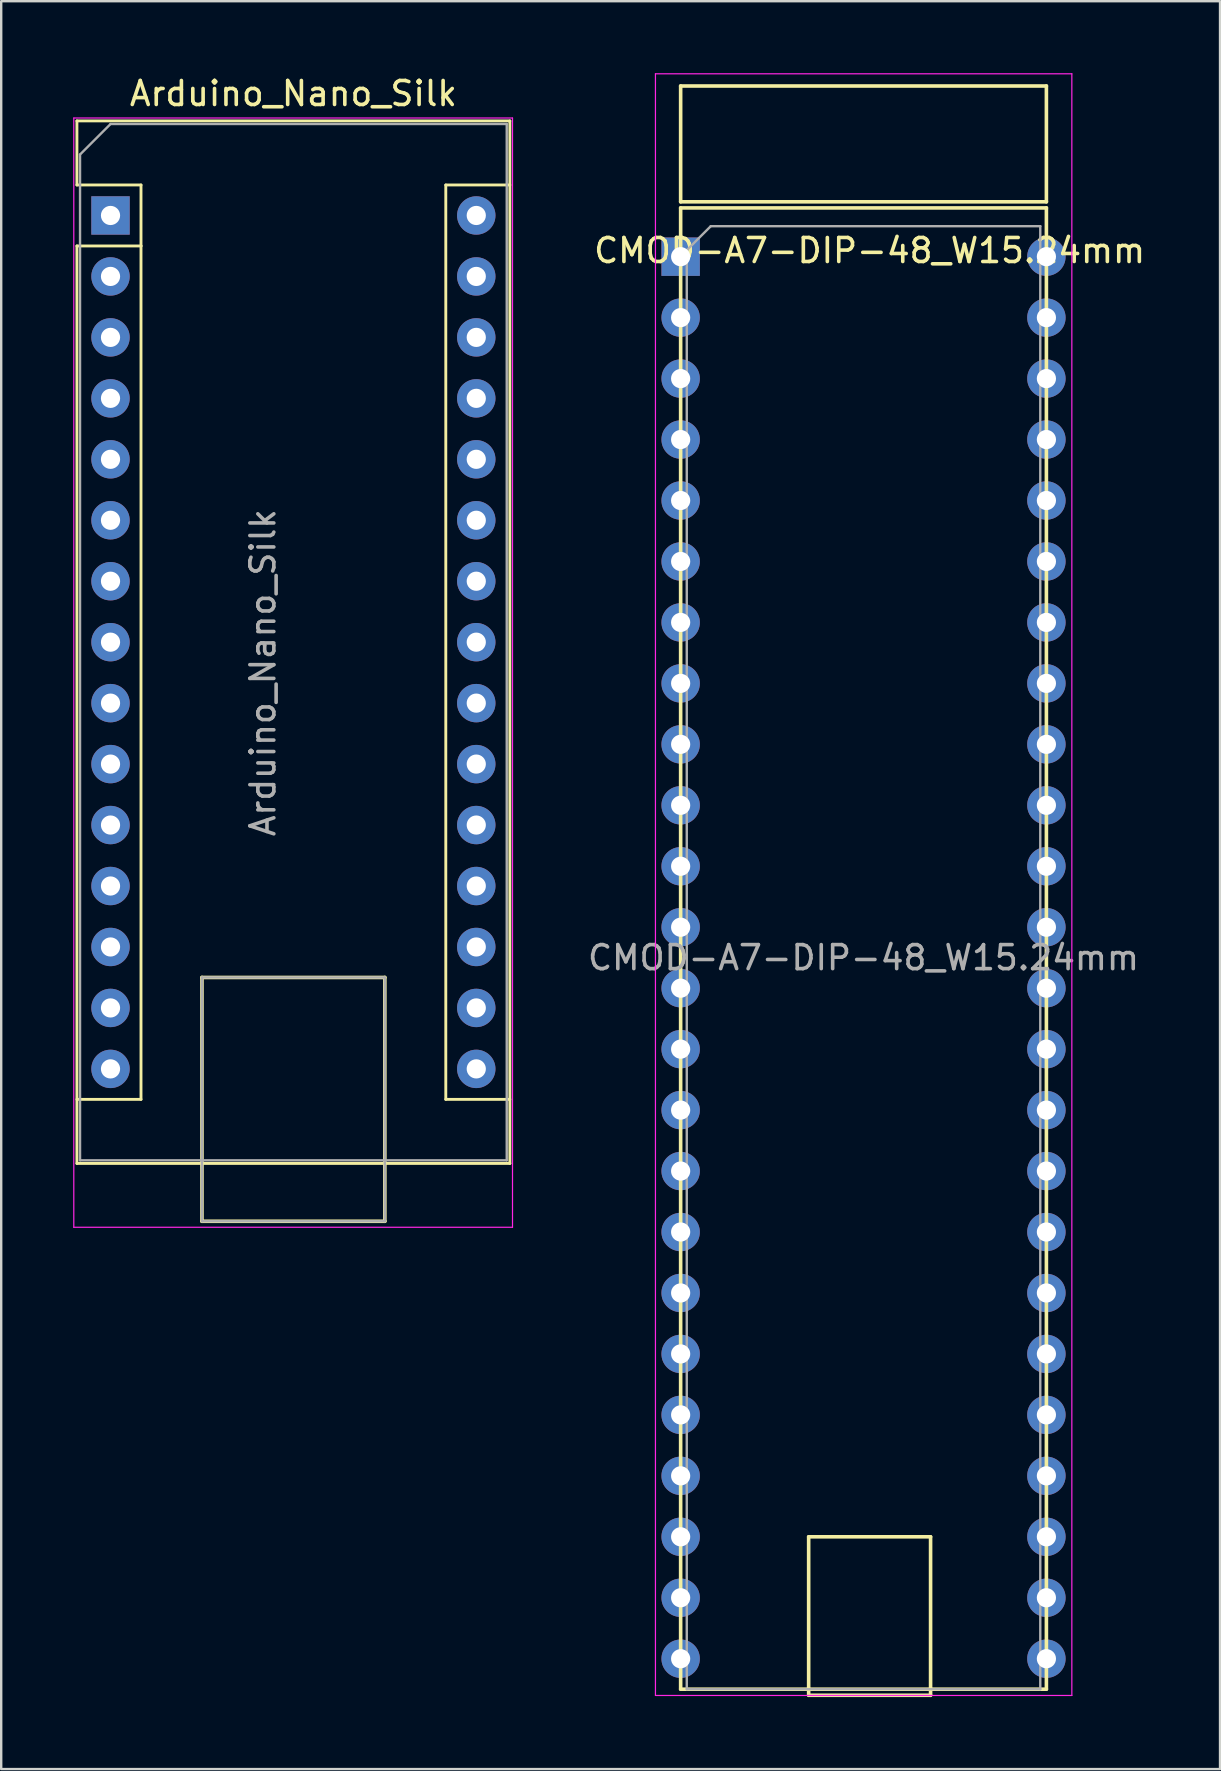
<source format=kicad_pcb>
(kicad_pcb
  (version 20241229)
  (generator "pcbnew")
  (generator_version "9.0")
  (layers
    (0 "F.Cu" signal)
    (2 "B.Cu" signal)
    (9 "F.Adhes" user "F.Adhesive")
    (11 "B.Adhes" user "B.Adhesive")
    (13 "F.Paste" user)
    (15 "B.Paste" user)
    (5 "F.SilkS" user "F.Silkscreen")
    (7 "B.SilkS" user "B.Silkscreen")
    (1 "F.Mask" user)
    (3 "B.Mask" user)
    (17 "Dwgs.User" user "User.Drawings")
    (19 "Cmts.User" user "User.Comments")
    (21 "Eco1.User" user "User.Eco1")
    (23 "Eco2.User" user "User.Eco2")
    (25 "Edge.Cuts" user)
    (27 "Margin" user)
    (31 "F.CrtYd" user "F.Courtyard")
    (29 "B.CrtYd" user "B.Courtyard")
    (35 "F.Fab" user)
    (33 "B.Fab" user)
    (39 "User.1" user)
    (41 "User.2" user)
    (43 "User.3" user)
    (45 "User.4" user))
  (footprint "CMOD-A7-DIP-48_W15.24mm"
    (layer "F.Cu")
    (at 31.915 10.185)
    (property "Reference" "CMOD-A7-DIP-48_W15.24mm" (at 1.27 -2.794 0) (layer "F.SilkS") (effects (font (size 1 1) (thickness 0.15))))
    (attr through_hole)
    (fp_line (start -6.604 -9.652) (end 8.636 -9.652) (stroke (width 0.15) (type solid)) (layer "F.SilkS"))
    (fp_line (start -6.604 -4.826) (end -6.604 -9.652) (stroke (width 0.15) (type solid)) (layer "F.SilkS"))
    (fp_line (start -6.604 -4.572) (end -6.604 57.15) (stroke (width 0.15) (type solid)) (layer "F.SilkS"))
    (fp_line (start -6.604 57.15) (end 8.636 57.15) (stroke (width 0.15) (type solid)) (layer "F.SilkS"))
    (fp_line (start -1.27 50.8) (end 3.81 50.8) (stroke (width 0.15) (type solid)) (layer "F.SilkS"))
    (fp_line (start -1.27 57.404) (end -1.27 50.8) (stroke (width 0.15) (type solid)) (layer "F.SilkS"))
    (fp_line (start 3.81 50.8) (end 3.81 57.404) (stroke (width 0.15) (type solid)) (layer "F.SilkS"))
    (fp_line (start 3.81 57.404) (end -1.27 57.404) (stroke (width 0.15) (type solid)) (layer "F.SilkS"))
    (fp_line (start 8.636 -9.652) (end 8.636 -4.826) (stroke (width 0.15) (type solid)) (layer "F.SilkS"))
    (fp_line (start 8.636 -4.826) (end -6.604 -4.826) (stroke (width 0.15) (type solid)) (layer "F.SilkS"))
    (fp_line (start 8.636 -4.572) (end -6.604 -4.572) (stroke (width 0.15) (type solid)) (layer "F.SilkS"))
    (fp_line (start 8.636 57.15) (end 8.636 -4.572) (stroke (width 0.15) (type solid)) (layer "F.SilkS"))
    (fp_line (start -7.654 -10.16) (end -7.654 57.41) (stroke (width 0.05) (type solid)) (layer "F.CrtYd"))
    (fp_line (start -7.654 57.41) (end 9.696 57.41) (stroke (width 0.05) (type solid)) (layer "F.CrtYd"))
    (fp_line (start 9.696 -10.16) (end -7.654 -10.16) (stroke (width 0.05) (type solid)) (layer "F.CrtYd"))
    (fp_line (start 9.696 57.41) (end 9.696 -10.16) (stroke (width 0.05) (type solid)) (layer "F.CrtYd"))
    (fp_line (start -6.349 -2.81) (end -5.349 -3.81) (stroke (width 0.1) (type solid)) (layer "F.Fab"))
    (fp_line (start -6.349 57.15) (end -6.349 -2.81) (stroke (width 0.1) (type solid)) (layer "F.Fab"))
    (fp_line (start -5.349 -3.81) (end 8.381 -3.81) (stroke (width 0.1) (type solid)) (layer "F.Fab"))
    (fp_line (start 8.381 -3.81) (end 8.381 57.15) (stroke (width 0.1) (type solid)) (layer "F.Fab"))
    (fp_line (start 8.381 57.15) (end -6.349 57.15) (stroke (width 0.1) (type solid)) (layer "F.Fab"))
    (fp_text user "${REFERENCE}" (at 1.016 26.67 0) (layer "F.Fab") (effects (font (size 1 1) (thickness 0.15))))
    (pad "1" thru_hole rect (at -6.604 -2.54) (size 1.6 1.6) (drill 0.8) (layers "*.Cu" "*.Mask"))
    (pad "2" thru_hole oval (at -6.604 0) (size 1.6 1.6) (drill 0.8) (layers "*.Cu" "*.Mask"))
    (pad "3" thru_hole oval (at -6.604 2.54) (size 1.6 1.6) (drill 0.8) (layers "*.Cu" "*.Mask"))
    (pad "4" thru_hole oval (at -6.604 5.08) (size 1.6 1.6) (drill 0.8) (layers "*.Cu" "*.Mask"))
    (pad "5" thru_hole oval (at -6.604 7.62) (size 1.6 1.6) (drill 0.8) (layers "*.Cu" "*.Mask"))
    (pad "6" thru_hole oval (at -6.604 10.16) (size 1.6 1.6) (drill 0.8) (layers "*.Cu" "*.Mask"))
    (pad "7" thru_hole oval (at -6.604 12.7) (size 1.6 1.6) (drill 0.8) (layers "*.Cu" "*.Mask"))
    (pad "8" thru_hole oval (at -6.604 15.24) (size 1.6 1.6) (drill 0.8) (layers "*.Cu" "*.Mask"))
    (pad "9" thru_hole oval (at -6.604 17.78) (size 1.6 1.6) (drill 0.8) (layers "*.Cu" "*.Mask"))
    (pad "10" thru_hole oval (at -6.604 20.32) (size 1.6 1.6) (drill 0.8) (layers "*.Cu" "*.Mask"))
    (pad "11" thru_hole oval (at -6.604 22.86) (size 1.6 1.6) (drill 0.8) (layers "*.Cu" "*.Mask"))
    (pad "12" thru_hole oval (at -6.604 25.4) (size 1.6 1.6) (drill 0.8) (layers "*.Cu" "*.Mask"))
    (pad "13" thru_hole oval (at -6.604 27.94) (size 1.6 1.6) (drill 0.8) (layers "*.Cu" "*.Mask"))
    (pad "14" thru_hole oval (at -6.604 30.48) (size 1.6 1.6) (drill 0.8) (layers "*.Cu" "*.Mask"))
    (pad "15" thru_hole oval (at -6.604 33.02) (size 1.6 1.6) (drill 0.8) (layers "*.Cu" "*.Mask"))
    (pad "16" thru_hole oval (at -6.604 35.56) (size 1.6 1.6) (drill 0.8) (layers "*.Cu" "*.Mask"))
    (pad "17" thru_hole oval (at -6.604 38.1) (size 1.6 1.6) (drill 0.8) (layers "*.Cu" "*.Mask"))
    (pad "18" thru_hole oval (at -6.604 40.64) (size 1.6 1.6) (drill 0.8) (layers "*.Cu" "*.Mask"))
    (pad "19" thru_hole oval (at -6.604 43.18) (size 1.6 1.6) (drill 0.8) (layers "*.Cu" "*.Mask"))
    (pad "20" thru_hole oval (at -6.604 45.72) (size 1.6 1.6) (drill 0.8) (layers "*.Cu" "*.Mask"))
    (pad "21" thru_hole oval (at -6.604 48.26) (size 1.6 1.6) (drill 0.8) (layers "*.Cu" "*.Mask"))
    (pad "22" thru_hole oval (at -6.604 50.8) (size 1.6 1.6) (drill 0.8) (layers "*.Cu" "*.Mask"))
    (pad "23" thru_hole oval (at -6.604 53.34) (size 1.6 1.6) (drill 0.8) (layers "*.Cu" "*.Mask"))
    (pad "24" thru_hole oval (at -6.604 55.88) (size 1.6 1.6) (drill 0.8) (layers "*.Cu" "*.Mask"))
    (pad "25" thru_hole oval (at 8.636 55.88) (size 1.6 1.6) (drill 0.8) (layers "*.Cu" "*.Mask"))
    (pad "26" thru_hole oval (at 8.636 53.34) (size 1.6 1.6) (drill 0.8) (layers "*.Cu" "*.Mask"))
    (pad "27" thru_hole oval (at 8.636 50.8) (size 1.6 1.6) (drill 0.8) (layers "*.Cu" "*.Mask"))
    (pad "28" thru_hole oval (at 8.636 48.26) (size 1.6 1.6) (drill 0.8) (layers "*.Cu" "*.Mask"))
    (pad "29" thru_hole oval (at 8.636 45.72) (size 1.6 1.6) (drill 0.8) (layers "*.Cu" "*.Mask"))
    (pad "30" thru_hole oval (at 8.636 43.18) (size 1.6 1.6) (drill 0.8) (layers "*.Cu" "*.Mask"))
    (pad "31" thru_hole oval (at 8.636 40.64) (size 1.6 1.6) (drill 0.8) (layers "*.Cu" "*.Mask"))
    (pad "32" thru_hole oval (at 8.636 38.1) (size 1.6 1.6) (drill 0.8) (layers "*.Cu" "*.Mask"))
    (pad "33" thru_hole oval (at 8.636 35.56) (size 1.6 1.6) (drill 0.8) (layers "*.Cu" "*.Mask"))
    (pad "34" thru_hole oval (at 8.636 33.02) (size 1.6 1.6) (drill 0.8) (layers "*.Cu" "*.Mask"))
    (pad "35" thru_hole oval (at 8.636 30.48) (size 1.6 1.6) (drill 0.8) (layers "*.Cu" "*.Mask"))
    (pad "36" thru_hole oval (at 8.636 27.94) (size 1.6 1.6) (drill 0.8) (layers "*.Cu" "*.Mask"))
    (pad "37" thru_hole oval (at 8.636 25.4) (size 1.6 1.6) (drill 0.8) (layers "*.Cu" "*.Mask"))
    (pad "38" thru_hole oval (at 8.636 22.86) (size 1.6 1.6) (drill 0.8) (layers "*.Cu" "*.Mask"))
    (pad "39" thru_hole oval (at 8.636 20.32) (size 1.6 1.6) (drill 0.8) (layers "*.Cu" "*.Mask"))
    (pad "40" thru_hole oval (at 8.636 17.78) (size 1.6 1.6) (drill 0.8) (layers "*.Cu" "*.Mask"))
    (pad "41" thru_hole oval (at 8.636 15.24) (size 1.6 1.6) (drill 0.8) (layers "*.Cu" "*.Mask"))
    (pad "42" thru_hole oval (at 8.636 12.7) (size 1.6 1.6) (drill 0.8) (layers "*.Cu" "*.Mask"))
    (pad "43" thru_hole oval (at 8.636 10.16) (size 1.6 1.6) (drill 0.8) (layers "*.Cu" "*.Mask"))
    (pad "44" thru_hole oval (at 8.636 7.62) (size 1.6 1.6) (drill 0.8) (layers "*.Cu" "*.Mask"))
    (pad "45" thru_hole oval (at 8.636 5.08) (size 1.6 1.6) (drill 0.8) (layers "*.Cu" "*.Mask"))
    (pad "46" thru_hole oval (at 8.636 2.54) (size 1.6 1.6) (drill 0.8) (layers "*.Cu" "*.Mask"))
    (pad "47" thru_hole oval (at 8.636 0) (size 1.6 1.6) (drill 0.8) (layers "*.Cu" "*.Mask"))
    (pad "48" thru_hole oval (at 8.636 -2.54) (size 1.6 1.6) (drill 0.8) (layers "*.Cu" "*.Mask")))
  (footprint "Arduino_Nano_Silk"
    (layer "F.Cu")
    (at 1.555 5.928)
    (property "Reference" "Arduino_Nano_Silk" (at 7.62 -5.08 0) (layer "F.SilkS") (effects (font (size 1 1) (thickness 0.15))))
    (attr through_hole)
    (fp_line (start -1.4 -3.94) (end -1.4 -1.27) (stroke (width 0.12) (type solid)) (layer "F.SilkS"))
    (fp_line (start -1.4 1.27) (end -1.4 39.5) (stroke (width 0.12) (type solid)) (layer "F.SilkS"))
    (fp_line (start -1.4 39.5) (end 16.64 39.5) (stroke (width 0.12) (type solid)) (layer "F.SilkS"))
    (fp_line (start 1.27 -1.27) (end -1.4 -1.27) (stroke (width 0.12) (type solid)) (layer "F.SilkS"))
    (fp_line (start 1.27 1.27) (end -1.4 1.27) (stroke (width 0.12) (type solid)) (layer "F.SilkS"))
    (fp_line (start 1.27 1.27) (end 1.27 -1.27) (stroke (width 0.12) (type solid)) (layer "F.SilkS"))
    (fp_line (start 1.27 1.27) (end 1.27 36.83) (stroke (width 0.12) (type solid)) (layer "F.SilkS"))
    (fp_line (start 1.27 36.83) (end -1.4 36.83) (stroke (width 0.12) (type solid)) (layer "F.SilkS"))
    (fp_line (start 3.81 31.75) (end 11.43 31.75) (stroke (width 0.15) (type solid)) (layer "F.SilkS"))
    (fp_line (start 3.81 41.91) (end 3.81 31.75) (stroke (width 0.15) (type solid)) (layer "F.SilkS"))
    (fp_line (start 11.43 31.75) (end 11.43 41.91) (stroke (width 0.15) (type solid)) (layer "F.SilkS"))
    (fp_line (start 11.43 41.91) (end 3.81 41.91) (stroke (width 0.15) (type solid)) (layer "F.SilkS"))
    (fp_line (start 13.97 -1.27) (end 13.97 36.83) (stroke (width 0.12) (type solid)) (layer "F.SilkS"))
    (fp_line (start 13.97 -1.27) (end 16.64 -1.27) (stroke (width 0.12) (type solid)) (layer "F.SilkS"))
    (fp_line (start 13.97 36.83) (end 16.64 36.83) (stroke (width 0.12) (type solid)) (layer "F.SilkS"))
    (fp_line (start 16.64 -3.94) (end -1.4 -3.94) (stroke (width 0.12) (type solid)) (layer "F.SilkS"))
    (fp_line (start 16.64 39.5) (end 16.64 -3.94) (stroke (width 0.12) (type solid)) (layer "F.SilkS"))
    (fp_line (start -1.53 -4.06) (end -1.53 42.16) (stroke (width 0.05) (type solid)) (layer "F.CrtYd"))
    (fp_line (start -1.53 -4.06) (end 16.75 -4.06) (stroke (width 0.05) (type solid)) (layer "F.CrtYd"))
    (fp_line (start 16.75 42.16) (end -1.53 42.16) (stroke (width 0.05) (type solid)) (layer "F.CrtYd"))
    (fp_line (start 16.75 42.16) (end 16.75 -4.06) (stroke (width 0.05) (type solid)) (layer "F.CrtYd"))
    (fp_line (start -1.27 -2.54) (end 0 -3.81) (stroke (width 0.1) (type solid)) (layer "F.Fab"))
    (fp_line (start -1.27 39.37) (end -1.27 -2.54) (stroke (width 0.1) (type solid)) (layer "F.Fab"))
    (fp_line (start 0 -3.81) (end 16.51 -3.81) (stroke (width 0.1) (type solid)) (layer "F.Fab"))
    (fp_line (start 3.81 31.75) (end 11.43 31.75) (stroke (width 0.1) (type solid)) (layer "F.Fab"))
    (fp_line (start 3.81 41.91) (end 3.81 31.75) (stroke (width 0.1) (type solid)) (layer "F.Fab"))
    (fp_line (start 11.43 31.75) (end 11.43 41.91) (stroke (width 0.1) (type solid)) (layer "F.Fab"))
    (fp_line (start 11.43 41.91) (end 3.81 41.91) (stroke (width 0.1) (type solid)) (layer "F.Fab"))
    (fp_line (start 16.51 -3.81) (end 16.51 39.37) (stroke (width 0.1) (type solid)) (layer "F.Fab"))
    (fp_line (start 16.51 39.37) (end -1.27 39.37) (stroke (width 0.1) (type solid)) (layer "F.Fab"))
    (fp_text user "${REFERENCE}" (at 6.35 19.05 90) (layer "F.Fab") (effects (font (size 1 1) (thickness 0.15))))
    (pad "1" thru_hole rect (at 0 0) (size 1.6 1.6) (drill 0.8) (layers "*.Cu" "*.Mask"))
    (pad "2" thru_hole oval (at 0 2.54) (size 1.6 1.6) (drill 0.8) (layers "*.Cu" "*.Mask"))
    (pad "3" thru_hole oval (at 0 5.08) (size 1.6 1.6) (drill 0.8) (layers "*.Cu" "*.Mask"))
    (pad "4" thru_hole oval (at 0 7.62) (size 1.6 1.6) (drill 0.8) (layers "*.Cu" "*.Mask"))
    (pad "5" thru_hole oval (at 0 10.16) (size 1.6 1.6) (drill 0.8) (layers "*.Cu" "*.Mask"))
    (pad "6" thru_hole oval (at 0 12.7) (size 1.6 1.6) (drill 0.8) (layers "*.Cu" "*.Mask"))
    (pad "7" thru_hole oval (at 0 15.24) (size 1.6 1.6) (drill 0.8) (layers "*.Cu" "*.Mask"))
    (pad "8" thru_hole oval (at 0 17.78) (size 1.6 1.6) (drill 0.8) (layers "*.Cu" "*.Mask"))
    (pad "9" thru_hole oval (at 0 20.32) (size 1.6 1.6) (drill 0.8) (layers "*.Cu" "*.Mask"))
    (pad "10" thru_hole oval (at 0 22.86) (size 1.6 1.6) (drill 0.8) (layers "*.Cu" "*.Mask"))
    (pad "11" thru_hole oval (at 0 25.4) (size 1.6 1.6) (drill 0.8) (layers "*.Cu" "*.Mask"))
    (pad "12" thru_hole oval (at 0 27.94) (size 1.6 1.6) (drill 0.8) (layers "*.Cu" "*.Mask"))
    (pad "13" thru_hole oval (at 0 30.48) (size 1.6 1.6) (drill 0.8) (layers "*.Cu" "*.Mask"))
    (pad "14" thru_hole oval (at 0 33.02) (size 1.6 1.6) (drill 0.8) (layers "*.Cu" "*.Mask"))
    (pad "15" thru_hole oval (at 0 35.56) (size 1.6 1.6) (drill 0.8) (layers "*.Cu" "*.Mask"))
    (pad "16" thru_hole oval (at 15.24 35.56) (size 1.6 1.6) (drill 0.8) (layers "*.Cu" "*.Mask"))
    (pad "17" thru_hole oval (at 15.24 33.02) (size 1.6 1.6) (drill 0.8) (layers "*.Cu" "*.Mask"))
    (pad "18" thru_hole oval (at 15.24 30.48) (size 1.6 1.6) (drill 0.8) (layers "*.Cu" "*.Mask"))
    (pad "19" thru_hole oval (at 15.24 27.94) (size 1.6 1.6) (drill 0.8) (layers "*.Cu" "*.Mask"))
    (pad "20" thru_hole oval (at 15.24 25.4) (size 1.6 1.6) (drill 0.8) (layers "*.Cu" "*.Mask"))
    (pad "21" thru_hole oval (at 15.24 22.86) (size 1.6 1.6) (drill 0.8) (layers "*.Cu" "*.Mask"))
    (pad "22" thru_hole oval (at 15.24 20.32) (size 1.6 1.6) (drill 0.8) (layers "*.Cu" "*.Mask"))
    (pad "23" thru_hole oval (at 15.24 17.78) (size 1.6 1.6) (drill 0.8) (layers "*.Cu" "*.Mask"))
    (pad "24" thru_hole oval (at 15.24 15.24) (size 1.6 1.6) (drill 0.8) (layers "*.Cu" "*.Mask"))
    (pad "25" thru_hole oval (at 15.24 12.7) (size 1.6 1.6) (drill 0.8) (layers "*.Cu" "*.Mask"))
    (pad "26" thru_hole oval (at 15.24 10.16) (size 1.6 1.6) (drill 0.8) (layers "*.Cu" "*.Mask"))
    (pad "27" thru_hole oval (at 15.24 7.62) (size 1.6 1.6) (drill 0.8) (layers "*.Cu" "*.Mask"))
    (pad "28" thru_hole oval (at 15.24 5.08) (size 1.6 1.6) (drill 0.8) (layers "*.Cu" "*.Mask"))
    (pad "29" thru_hole oval (at 15.24 2.54) (size 1.6 1.6) (drill 0.8) (layers "*.Cu" "*.Mask"))
    (pad "30" thru_hole oval (at 15.24 0) (size 1.6 1.6) (drill 0.8) (layers "*.Cu" "*.Mask")))
  (gr_rect
    (start -3 -3)
    (end 47.786 70.664)
    (stroke (width 0.1) (type default))
    (fill no)
    (layer "Edge.Cuts")))
</source>
